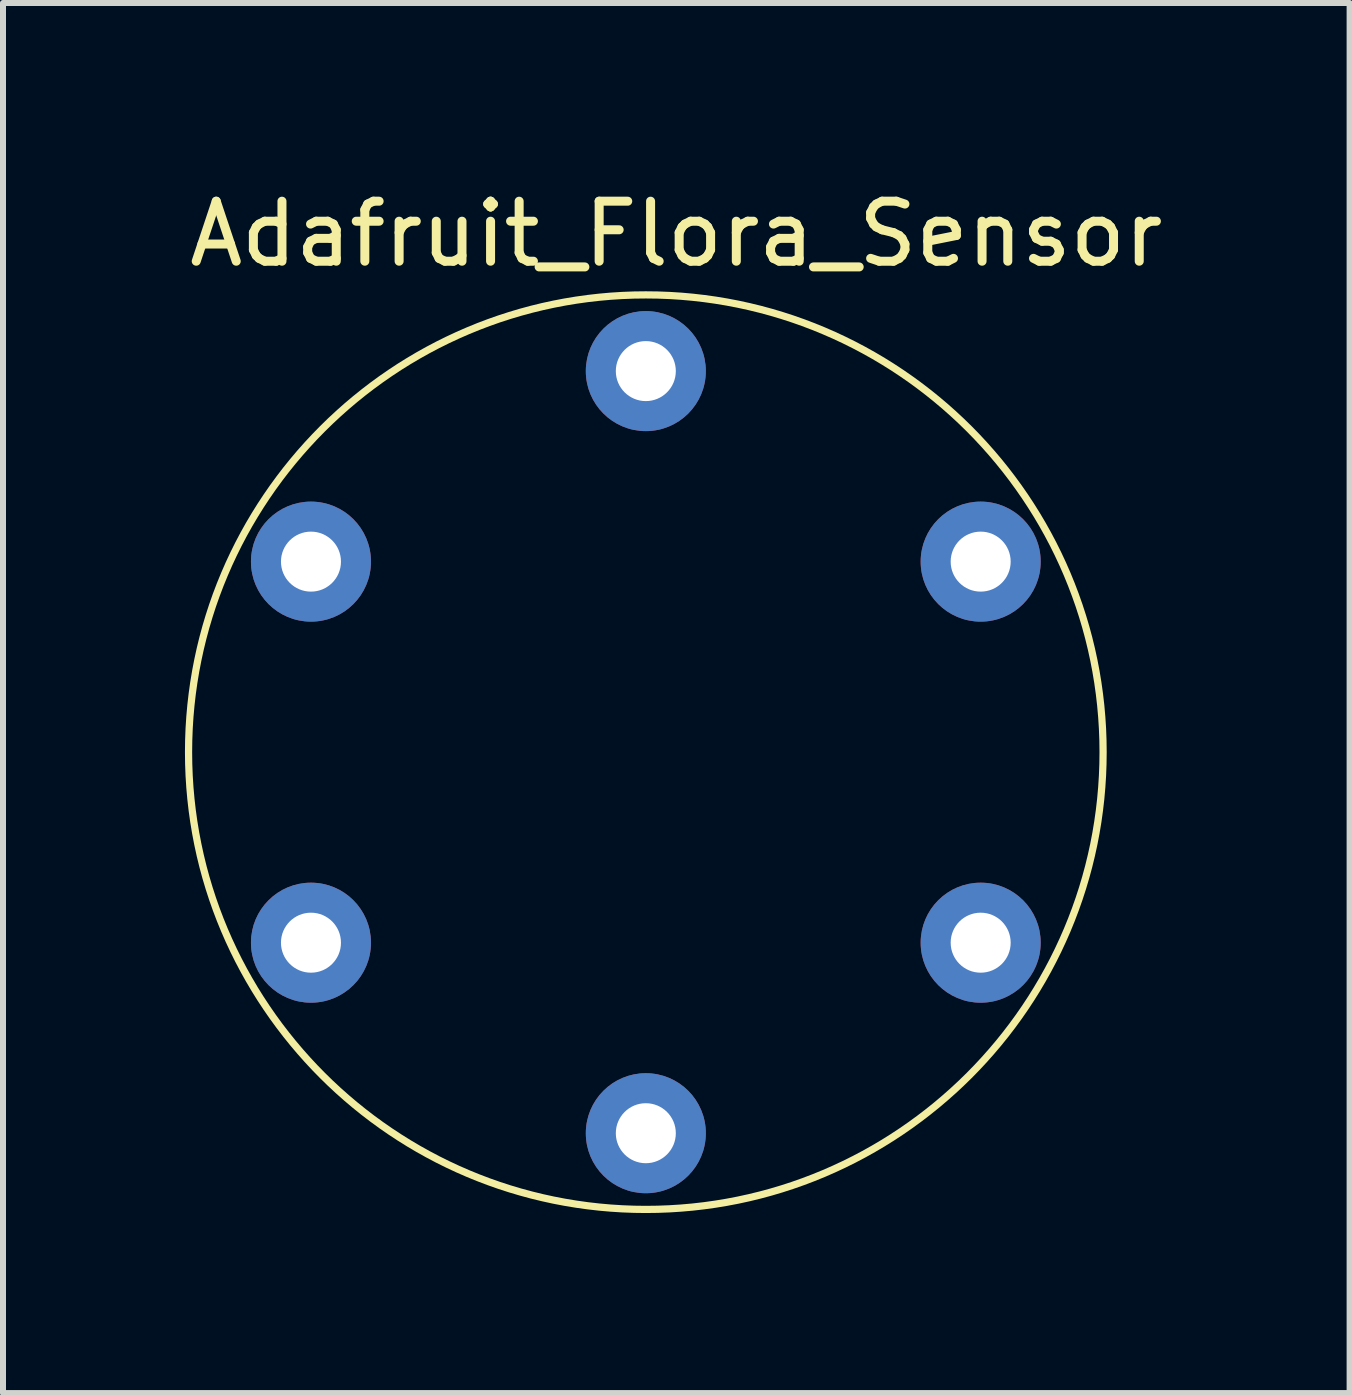
<source format=kicad_pcb>
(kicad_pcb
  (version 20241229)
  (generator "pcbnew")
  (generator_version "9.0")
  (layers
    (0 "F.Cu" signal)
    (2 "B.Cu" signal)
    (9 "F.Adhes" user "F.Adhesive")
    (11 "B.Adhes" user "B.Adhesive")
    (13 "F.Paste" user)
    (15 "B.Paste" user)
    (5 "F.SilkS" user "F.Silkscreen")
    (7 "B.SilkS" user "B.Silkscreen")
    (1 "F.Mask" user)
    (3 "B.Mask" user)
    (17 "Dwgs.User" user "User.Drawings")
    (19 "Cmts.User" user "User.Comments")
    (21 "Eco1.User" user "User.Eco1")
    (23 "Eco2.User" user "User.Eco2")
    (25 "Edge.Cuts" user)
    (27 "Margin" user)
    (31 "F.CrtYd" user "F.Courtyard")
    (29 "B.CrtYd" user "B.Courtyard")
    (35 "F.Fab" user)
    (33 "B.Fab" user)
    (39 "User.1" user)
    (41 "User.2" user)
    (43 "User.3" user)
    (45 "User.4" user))
  (footprint "Adafruit_Flora_Sensor"
    (layer "F.Cu")
    (at 7.712 9.484)
    (property "Reference" "Adafruit_Flora_Sensor" (at 0.508 -8.636 0) (unlocked yes) (layer "F.SilkS") (effects (font (size 1 1) (thickness 0.15))))
    (attr through_hole)
    (fp_circle (center 0 0) (end 7.62 0) (stroke (width 0.12) (type default)) (fill no) (layer "F.SilkS"))
    (pad "1" thru_hole circle (at 0 -6.35) (size 2 2) (drill 1) (layers "*.Cu" "*.Mask"))
    (pad "2" thru_hole circle (at -5.58 -3.175) (size 2 2) (drill 1) (layers "*.Cu" "*.Mask"))
    (pad "3" thru_hole circle (at -5.58 3.175) (size 2 2) (drill 1) (layers "*.Cu" "*.Mask"))
    (pad "4" thru_hole circle (at 0 6.35) (size 2 2) (drill 1) (layers "*.Cu" "*.Mask"))
    (pad "5" thru_hole circle (at 5.58 3.175) (size 2 2) (drill 1) (layers "*.Cu" "*.Mask"))
    (pad "6" thru_hole circle (at 5.58 -3.175) (size 2 2) (drill 1) (layers "*.Cu" "*.Mask")))
  (gr_rect
    (start -3 -3)
    (end 19.44 20.164)
    (stroke (width 0.1) (type default))
    (fill no)
    (layer "Edge.Cuts")))
</source>
